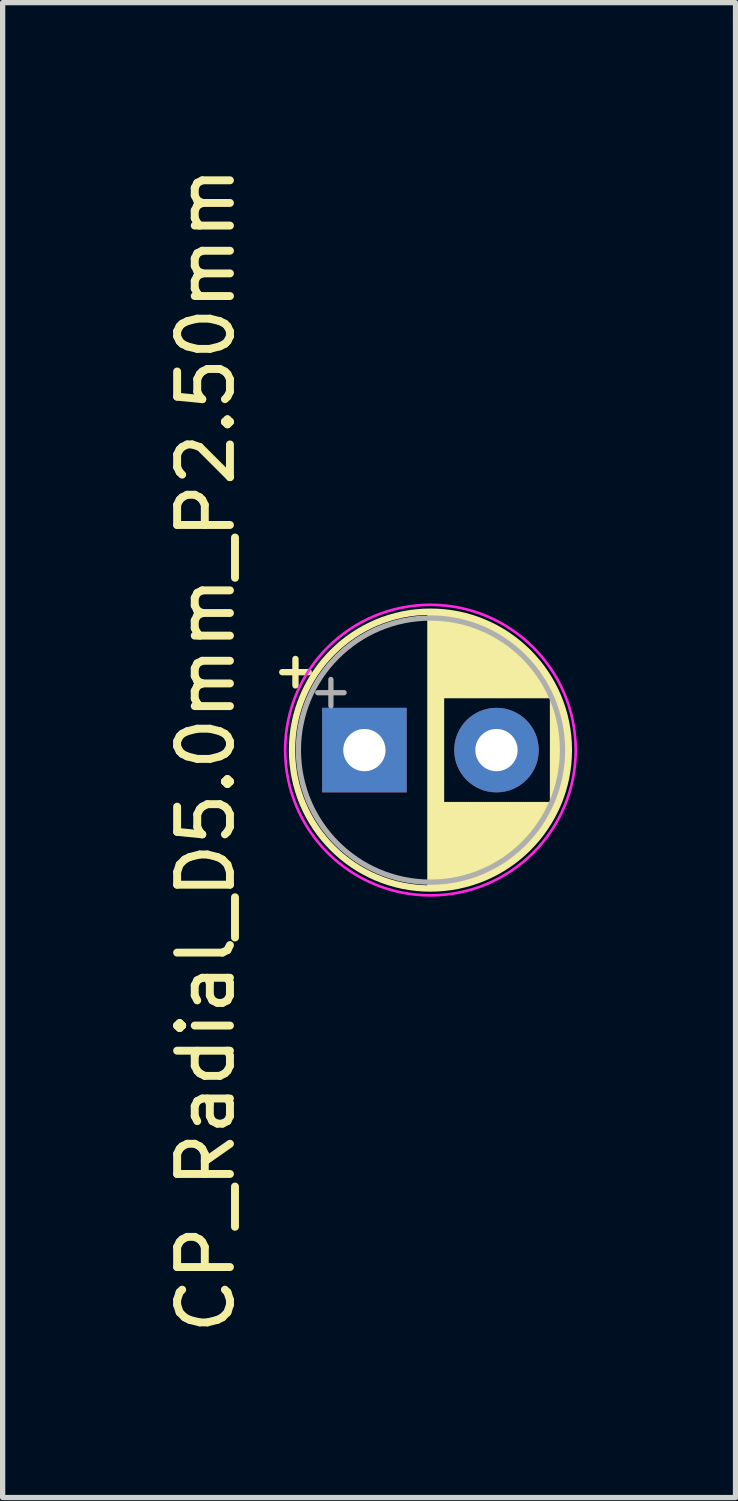
<source format=kicad_pcb>
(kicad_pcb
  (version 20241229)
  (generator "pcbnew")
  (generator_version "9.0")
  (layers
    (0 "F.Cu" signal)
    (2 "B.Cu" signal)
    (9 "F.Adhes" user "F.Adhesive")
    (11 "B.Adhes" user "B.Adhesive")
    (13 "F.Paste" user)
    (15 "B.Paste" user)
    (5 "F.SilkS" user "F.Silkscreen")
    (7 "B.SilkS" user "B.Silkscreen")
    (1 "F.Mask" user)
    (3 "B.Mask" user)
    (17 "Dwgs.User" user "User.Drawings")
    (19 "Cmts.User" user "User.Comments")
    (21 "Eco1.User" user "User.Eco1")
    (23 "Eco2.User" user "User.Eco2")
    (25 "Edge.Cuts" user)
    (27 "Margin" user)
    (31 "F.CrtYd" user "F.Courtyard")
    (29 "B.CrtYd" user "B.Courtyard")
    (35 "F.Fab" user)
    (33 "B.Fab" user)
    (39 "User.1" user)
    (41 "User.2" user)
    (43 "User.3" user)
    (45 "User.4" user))
  (footprint "CP_Radial_D5.0mm_P2.50mm"
    (layer "F.Cu")
    (at 3.848 11.149)
    (property "Reference" "CP_Radial_D5.0mm_P2.50mm" (at -3 0 270) (layer "F.SilkS") (effects (font (size 1 1) (thickness 0.15))))
    (attr through_hole)
    (fp_line (start -1.555 -1.475) (end -1.055 -1.475) (stroke (width 0.12) (type solid)) (layer "F.SilkS"))
    (fp_line (start -1.305 -1.725) (end -1.305 -1.225) (stroke (width 0.12) (type solid)) (layer "F.SilkS"))
    (fp_line (start 1.25 -2.58) (end 1.25 2.58) (stroke (width 0.12) (type solid)) (layer "F.SilkS"))
    (fp_line (start 1.29 -2.58) (end 1.29 2.58) (stroke (width 0.12) (type solid)) (layer "F.SilkS"))
    (fp_line (start 1.33 -2.579) (end 1.33 2.579) (stroke (width 0.12) (type solid)) (layer "F.SilkS"))
    (fp_line (start 1.37 -2.578) (end 1.37 2.578) (stroke (width 0.12) (type solid)) (layer "F.SilkS"))
    (fp_line (start 1.41 -2.576) (end 1.41 2.576) (stroke (width 0.12) (type solid)) (layer "F.SilkS"))
    (fp_line (start 1.45 -2.573) (end 1.45 2.573) (stroke (width 0.12) (type solid)) (layer "F.SilkS"))
    (fp_line (start 1.49 -2.569) (end 1.49 -1.04) (stroke (width 0.12) (type solid)) (layer "F.SilkS"))
    (fp_line (start 1.49 1.04) (end 1.49 2.569) (stroke (width 0.12) (type solid)) (layer "F.SilkS"))
    (fp_line (start 1.53 -2.565) (end 1.53 -1.04) (stroke (width 0.12) (type solid)) (layer "F.SilkS"))
    (fp_line (start 1.53 1.04) (end 1.53 2.565) (stroke (width 0.12) (type solid)) (layer "F.SilkS"))
    (fp_line (start 1.57 -2.561) (end 1.57 -1.04) (stroke (width 0.12) (type solid)) (layer "F.SilkS"))
    (fp_line (start 1.57 1.04) (end 1.57 2.561) (stroke (width 0.12) (type solid)) (layer "F.SilkS"))
    (fp_line (start 1.61 -2.556) (end 1.61 -1.04) (stroke (width 0.12) (type solid)) (layer "F.SilkS"))
    (fp_line (start 1.61 1.04) (end 1.61 2.556) (stroke (width 0.12) (type solid)) (layer "F.SilkS"))
    (fp_line (start 1.65 -2.55) (end 1.65 -1.04) (stroke (width 0.12) (type solid)) (layer "F.SilkS"))
    (fp_line (start 1.65 1.04) (end 1.65 2.55) (stroke (width 0.12) (type solid)) (layer "F.SilkS"))
    (fp_line (start 1.69 -2.543) (end 1.69 -1.04) (stroke (width 0.12) (type solid)) (layer "F.SilkS"))
    (fp_line (start 1.69 1.04) (end 1.69 2.543) (stroke (width 0.12) (type solid)) (layer "F.SilkS"))
    (fp_line (start 1.73 -2.536) (end 1.73 -1.04) (stroke (width 0.12) (type solid)) (layer "F.SilkS"))
    (fp_line (start 1.73 1.04) (end 1.73 2.536) (stroke (width 0.12) (type solid)) (layer "F.SilkS"))
    (fp_line (start 1.77 -2.528) (end 1.77 -1.04) (stroke (width 0.12) (type solid)) (layer "F.SilkS"))
    (fp_line (start 1.77 1.04) (end 1.77 2.528) (stroke (width 0.12) (type solid)) (layer "F.SilkS"))
    (fp_line (start 1.81 -2.52) (end 1.81 -1.04) (stroke (width 0.12) (type solid)) (layer "F.SilkS"))
    (fp_line (start 1.81 1.04) (end 1.81 2.52) (stroke (width 0.12) (type solid)) (layer "F.SilkS"))
    (fp_line (start 1.85 -2.511) (end 1.85 -1.04) (stroke (width 0.12) (type solid)) (layer "F.SilkS"))
    (fp_line (start 1.85 1.04) (end 1.85 2.511) (stroke (width 0.12) (type solid)) (layer "F.SilkS"))
    (fp_line (start 1.89 -2.501) (end 1.89 -1.04) (stroke (width 0.12) (type solid)) (layer "F.SilkS"))
    (fp_line (start 1.89 1.04) (end 1.89 2.501) (stroke (width 0.12) (type solid)) (layer "F.SilkS"))
    (fp_line (start 1.93 -2.491) (end 1.93 -1.04) (stroke (width 0.12) (type solid)) (layer "F.SilkS"))
    (fp_line (start 1.93 1.04) (end 1.93 2.491) (stroke (width 0.12) (type solid)) (layer "F.SilkS"))
    (fp_line (start 1.971 -2.48) (end 1.971 -1.04) (stroke (width 0.12) (type solid)) (layer "F.SilkS"))
    (fp_line (start 1.971 1.04) (end 1.971 2.48) (stroke (width 0.12) (type solid)) (layer "F.SilkS"))
    (fp_line (start 2.011 -2.468) (end 2.011 -1.04) (stroke (width 0.12) (type solid)) (layer "F.SilkS"))
    (fp_line (start 2.011 1.04) (end 2.011 2.468) (stroke (width 0.12) (type solid)) (layer "F.SilkS"))
    (fp_line (start 2.051 -2.455) (end 2.051 -1.04) (stroke (width 0.12) (type solid)) (layer "F.SilkS"))
    (fp_line (start 2.051 1.04) (end 2.051 2.455) (stroke (width 0.12) (type solid)) (layer "F.SilkS"))
    (fp_line (start 2.091 -2.442) (end 2.091 -1.04) (stroke (width 0.12) (type solid)) (layer "F.SilkS"))
    (fp_line (start 2.091 1.04) (end 2.091 2.442) (stroke (width 0.12) (type solid)) (layer "F.SilkS"))
    (fp_line (start 2.131 -2.428) (end 2.131 -1.04) (stroke (width 0.12) (type solid)) (layer "F.SilkS"))
    (fp_line (start 2.131 1.04) (end 2.131 2.428) (stroke (width 0.12) (type solid)) (layer "F.SilkS"))
    (fp_line (start 2.171 -2.414) (end 2.171 -1.04) (stroke (width 0.12) (type solid)) (layer "F.SilkS"))
    (fp_line (start 2.171 1.04) (end 2.171 2.414) (stroke (width 0.12) (type solid)) (layer "F.SilkS"))
    (fp_line (start 2.211 -2.398) (end 2.211 -1.04) (stroke (width 0.12) (type solid)) (layer "F.SilkS"))
    (fp_line (start 2.211 1.04) (end 2.211 2.398) (stroke (width 0.12) (type solid)) (layer "F.SilkS"))
    (fp_line (start 2.251 -2.382) (end 2.251 -1.04) (stroke (width 0.12) (type solid)) (layer "F.SilkS"))
    (fp_line (start 2.251 1.04) (end 2.251 2.382) (stroke (width 0.12) (type solid)) (layer "F.SilkS"))
    (fp_line (start 2.291 -2.365) (end 2.291 -1.04) (stroke (width 0.12) (type solid)) (layer "F.SilkS"))
    (fp_line (start 2.291 1.04) (end 2.291 2.365) (stroke (width 0.12) (type solid)) (layer "F.SilkS"))
    (fp_line (start 2.331 -2.348) (end 2.331 -1.04) (stroke (width 0.12) (type solid)) (layer "F.SilkS"))
    (fp_line (start 2.331 1.04) (end 2.331 2.348) (stroke (width 0.12) (type solid)) (layer "F.SilkS"))
    (fp_line (start 2.371 -2.329) (end 2.371 -1.04) (stroke (width 0.12) (type solid)) (layer "F.SilkS"))
    (fp_line (start 2.371 1.04) (end 2.371 2.329) (stroke (width 0.12) (type solid)) (layer "F.SilkS"))
    (fp_line (start 2.411 -2.31) (end 2.411 -1.04) (stroke (width 0.12) (type solid)) (layer "F.SilkS"))
    (fp_line (start 2.411 1.04) (end 2.411 2.31) (stroke (width 0.12) (type solid)) (layer "F.SilkS"))
    (fp_line (start 2.451 -2.29) (end 2.451 -1.04) (stroke (width 0.12) (type solid)) (layer "F.SilkS"))
    (fp_line (start 2.451 1.04) (end 2.451 2.29) (stroke (width 0.12) (type solid)) (layer "F.SilkS"))
    (fp_line (start 2.491 -2.268) (end 2.491 -1.04) (stroke (width 0.12) (type solid)) (layer "F.SilkS"))
    (fp_line (start 2.491 1.04) (end 2.491 2.268) (stroke (width 0.12) (type solid)) (layer "F.SilkS"))
    (fp_line (start 2.531 -2.247) (end 2.531 -1.04) (stroke (width 0.12) (type solid)) (layer "F.SilkS"))
    (fp_line (start 2.531 1.04) (end 2.531 2.247) (stroke (width 0.12) (type solid)) (layer "F.SilkS"))
    (fp_line (start 2.571 -2.224) (end 2.571 -1.04) (stroke (width 0.12) (type solid)) (layer "F.SilkS"))
    (fp_line (start 2.571 1.04) (end 2.571 2.224) (stroke (width 0.12) (type solid)) (layer "F.SilkS"))
    (fp_line (start 2.611 -2.2) (end 2.611 -1.04) (stroke (width 0.12) (type solid)) (layer "F.SilkS"))
    (fp_line (start 2.611 1.04) (end 2.611 2.2) (stroke (width 0.12) (type solid)) (layer "F.SilkS"))
    (fp_line (start 2.651 -2.175) (end 2.651 -1.04) (stroke (width 0.12) (type solid)) (layer "F.SilkS"))
    (fp_line (start 2.651 1.04) (end 2.651 2.175) (stroke (width 0.12) (type solid)) (layer "F.SilkS"))
    (fp_line (start 2.691 -2.149) (end 2.691 -1.04) (stroke (width 0.12) (type solid)) (layer "F.SilkS"))
    (fp_line (start 2.691 1.04) (end 2.691 2.149) (stroke (width 0.12) (type solid)) (layer "F.SilkS"))
    (fp_line (start 2.731 -2.122) (end 2.731 -1.04) (stroke (width 0.12) (type solid)) (layer "F.SilkS"))
    (fp_line (start 2.731 1.04) (end 2.731 2.122) (stroke (width 0.12) (type solid)) (layer "F.SilkS"))
    (fp_line (start 2.771 -2.095) (end 2.771 -1.04) (stroke (width 0.12) (type solid)) (layer "F.SilkS"))
    (fp_line (start 2.771 1.04) (end 2.771 2.095) (stroke (width 0.12) (type solid)) (layer "F.SilkS"))
    (fp_line (start 2.811 -2.065) (end 2.811 -1.04) (stroke (width 0.12) (type solid)) (layer "F.SilkS"))
    (fp_line (start 2.811 1.04) (end 2.811 2.065) (stroke (width 0.12) (type solid)) (layer "F.SilkS"))
    (fp_line (start 2.851 -2.035) (end 2.851 -1.04) (stroke (width 0.12) (type solid)) (layer "F.SilkS"))
    (fp_line (start 2.851 1.04) (end 2.851 2.035) (stroke (width 0.12) (type solid)) (layer "F.SilkS"))
    (fp_line (start 2.891 -2.004) (end 2.891 -1.04) (stroke (width 0.12) (type solid)) (layer "F.SilkS"))
    (fp_line (start 2.891 1.04) (end 2.891 2.004) (stroke (width 0.12) (type solid)) (layer "F.SilkS"))
    (fp_line (start 2.931 -1.971) (end 2.931 -1.04) (stroke (width 0.12) (type solid)) (layer "F.SilkS"))
    (fp_line (start 2.931 1.04) (end 2.931 1.971) (stroke (width 0.12) (type solid)) (layer "F.SilkS"))
    (fp_line (start 2.971 -1.937) (end 2.971 -1.04) (stroke (width 0.12) (type solid)) (layer "F.SilkS"))
    (fp_line (start 2.971 1.04) (end 2.971 1.937) (stroke (width 0.12) (type solid)) (layer "F.SilkS"))
    (fp_line (start 3.011 -1.901) (end 3.011 -1.04) (stroke (width 0.12) (type solid)) (layer "F.SilkS"))
    (fp_line (start 3.011 1.04) (end 3.011 1.901) (stroke (width 0.12) (type solid)) (layer "F.SilkS"))
    (fp_line (start 3.051 -1.864) (end 3.051 -1.04) (stroke (width 0.12) (type solid)) (layer "F.SilkS"))
    (fp_line (start 3.051 1.04) (end 3.051 1.864) (stroke (width 0.12) (type solid)) (layer "F.SilkS"))
    (fp_line (start 3.091 -1.826) (end 3.091 -1.04) (stroke (width 0.12) (type solid)) (layer "F.SilkS"))
    (fp_line (start 3.091 1.04) (end 3.091 1.826) (stroke (width 0.12) (type solid)) (layer "F.SilkS"))
    (fp_line (start 3.131 -1.785) (end 3.131 -1.04) (stroke (width 0.12) (type solid)) (layer "F.SilkS"))
    (fp_line (start 3.131 1.04) (end 3.131 1.785) (stroke (width 0.12) (type solid)) (layer "F.SilkS"))
    (fp_line (start 3.171 -1.743) (end 3.171 -1.04) (stroke (width 0.12) (type solid)) (layer "F.SilkS"))
    (fp_line (start 3.171 1.04) (end 3.171 1.743) (stroke (width 0.12) (type solid)) (layer "F.SilkS"))
    (fp_line (start 3.211 -1.699) (end 3.211 -1.04) (stroke (width 0.12) (type solid)) (layer "F.SilkS"))
    (fp_line (start 3.211 1.04) (end 3.211 1.699) (stroke (width 0.12) (type solid)) (layer "F.SilkS"))
    (fp_line (start 3.251 -1.653) (end 3.251 -1.04) (stroke (width 0.12) (type solid)) (layer "F.SilkS"))
    (fp_line (start 3.251 1.04) (end 3.251 1.653) (stroke (width 0.12) (type solid)) (layer "F.SilkS"))
    (fp_line (start 3.291 -1.605) (end 3.291 -1.04) (stroke (width 0.12) (type solid)) (layer "F.SilkS"))
    (fp_line (start 3.291 1.04) (end 3.291 1.605) (stroke (width 0.12) (type solid)) (layer "F.SilkS"))
    (fp_line (start 3.331 -1.554) (end 3.331 -1.04) (stroke (width 0.12) (type solid)) (layer "F.SilkS"))
    (fp_line (start 3.331 1.04) (end 3.331 1.554) (stroke (width 0.12) (type solid)) (layer "F.SilkS"))
    (fp_line (start 3.371 -1.5) (end 3.371 -1.04) (stroke (width 0.12) (type solid)) (layer "F.SilkS"))
    (fp_line (start 3.371 1.04) (end 3.371 1.5) (stroke (width 0.12) (type solid)) (layer "F.SilkS"))
    (fp_line (start 3.411 -1.443) (end 3.411 -1.04) (stroke (width 0.12) (type solid)) (layer "F.SilkS"))
    (fp_line (start 3.411 1.04) (end 3.411 1.443) (stroke (width 0.12) (type solid)) (layer "F.SilkS"))
    (fp_line (start 3.451 -1.383) (end 3.451 -1.04) (stroke (width 0.12) (type solid)) (layer "F.SilkS"))
    (fp_line (start 3.451 1.04) (end 3.451 1.383) (stroke (width 0.12) (type solid)) (layer "F.SilkS"))
    (fp_line (start 3.491 -1.319) (end 3.491 -1.04) (stroke (width 0.12) (type solid)) (layer "F.SilkS"))
    (fp_line (start 3.491 1.04) (end 3.491 1.319) (stroke (width 0.12) (type solid)) (layer "F.SilkS"))
    (fp_line (start 3.531 -1.251) (end 3.531 -1.04) (stroke (width 0.12) (type solid)) (layer "F.SilkS"))
    (fp_line (start 3.531 1.04) (end 3.531 1.251) (stroke (width 0.12) (type solid)) (layer "F.SilkS"))
    (fp_line (start 3.571 -1.178) (end 3.571 1.178) (stroke (width 0.12) (type solid)) (layer "F.SilkS"))
    (fp_line (start 3.611 -1.098) (end 3.611 1.098) (stroke (width 0.12) (type solid)) (layer "F.SilkS"))
    (fp_line (start 3.651 -1.011) (end 3.651 1.011) (stroke (width 0.12) (type solid)) (layer "F.SilkS"))
    (fp_line (start 3.691 -0.915) (end 3.691 0.915) (stroke (width 0.12) (type solid)) (layer "F.SilkS"))
    (fp_line (start 3.731 -0.805) (end 3.731 0.805) (stroke (width 0.12) (type solid)) (layer "F.SilkS"))
    (fp_line (start 3.771 -0.677) (end 3.771 0.677) (stroke (width 0.12) (type solid)) (layer "F.SilkS"))
    (fp_line (start 3.811 -0.518) (end 3.811 0.518) (stroke (width 0.12) (type solid)) (layer "F.SilkS"))
    (fp_line (start 3.851 -0.284) (end 3.851 0.284) (stroke (width 0.12) (type solid)) (layer "F.SilkS"))
    (fp_circle (center 1.25 0) (end 3.87 0) (stroke (width 0.12) (type solid)) (fill no) (layer "F.SilkS"))
    (fp_circle (center 1.25 0) (end 4 0) (stroke (width 0.05) (type solid)) (fill no) (layer "F.CrtYd"))
    (fp_line (start -0.884 -1.087) (end -0.384 -1.087) (stroke (width 0.1) (type solid)) (layer "F.Fab"))
    (fp_line (start -0.634 -1.337) (end -0.634 -0.838) (stroke (width 0.1) (type solid)) (layer "F.Fab"))
    (fp_circle (center 1.25 0) (end 3.75 0) (stroke (width 0.1) (type solid)) (fill no) (layer "F.Fab"))
    (pad "1" thru_hole rect (at 0 0) (size 1.6 1.6) (drill 0.8) (layers "*.Cu" "*.Mask"))
    (pad "2" thru_hole circle (at 2.5 0) (size 1.6 1.6) (drill 0.8) (layers "*.Cu" "*.Mask")))
  (gr_rect
    (start -3 -3)
    (end 10.873 25.298)
    (stroke (width 0.1) (type default))
    (fill no)
    (layer "Edge.Cuts")))
</source>
